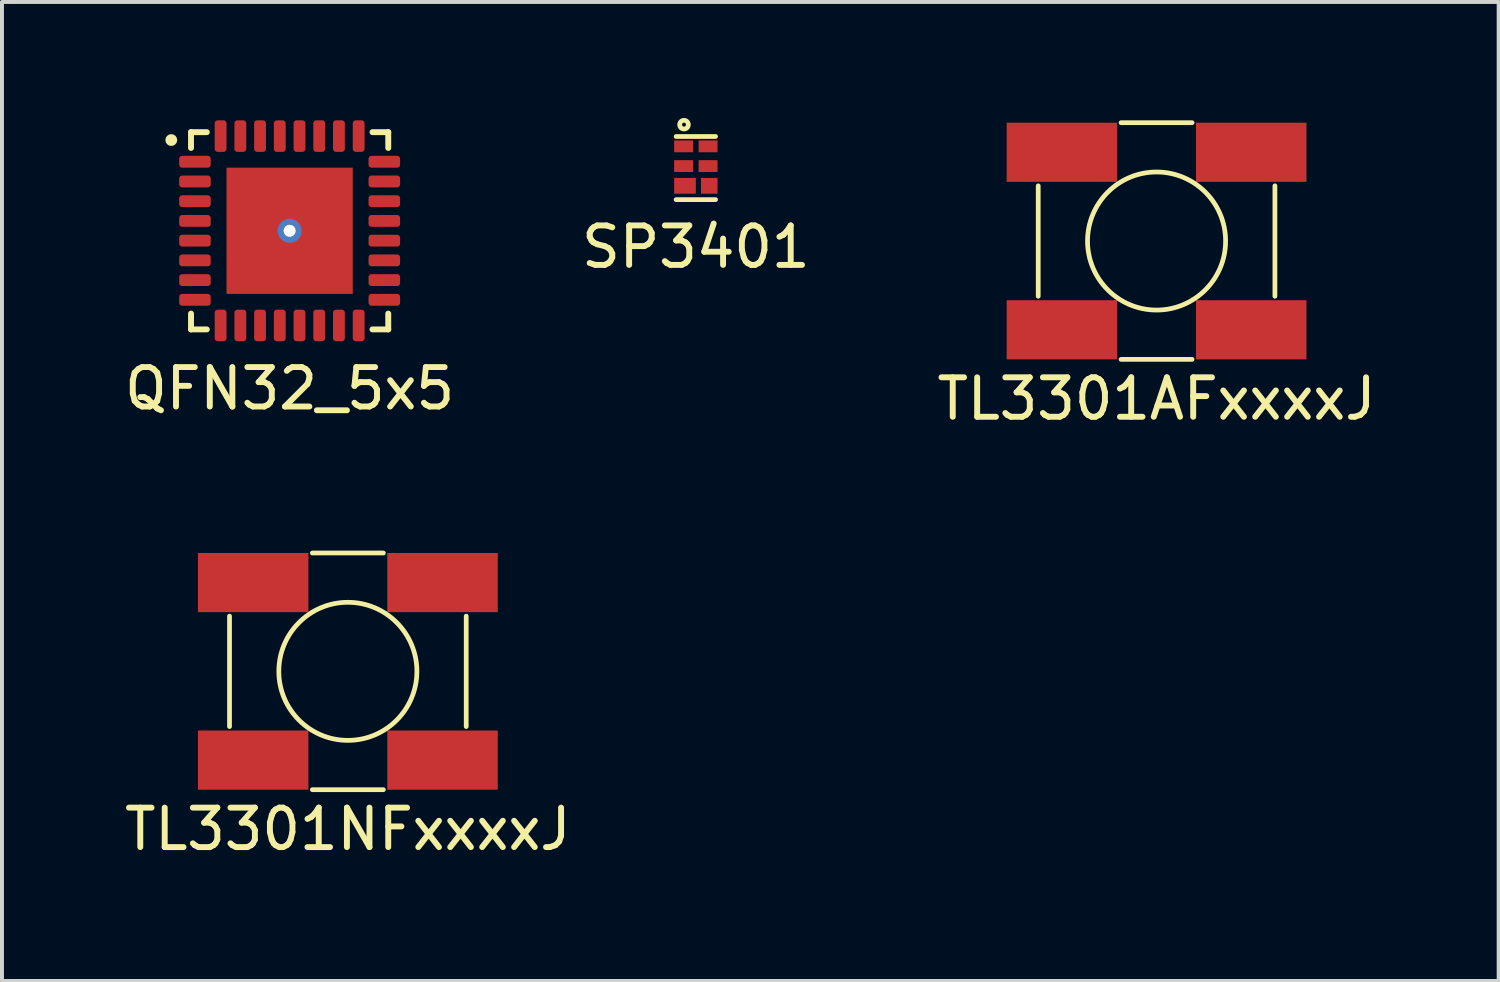
<source format=kicad_pcb>
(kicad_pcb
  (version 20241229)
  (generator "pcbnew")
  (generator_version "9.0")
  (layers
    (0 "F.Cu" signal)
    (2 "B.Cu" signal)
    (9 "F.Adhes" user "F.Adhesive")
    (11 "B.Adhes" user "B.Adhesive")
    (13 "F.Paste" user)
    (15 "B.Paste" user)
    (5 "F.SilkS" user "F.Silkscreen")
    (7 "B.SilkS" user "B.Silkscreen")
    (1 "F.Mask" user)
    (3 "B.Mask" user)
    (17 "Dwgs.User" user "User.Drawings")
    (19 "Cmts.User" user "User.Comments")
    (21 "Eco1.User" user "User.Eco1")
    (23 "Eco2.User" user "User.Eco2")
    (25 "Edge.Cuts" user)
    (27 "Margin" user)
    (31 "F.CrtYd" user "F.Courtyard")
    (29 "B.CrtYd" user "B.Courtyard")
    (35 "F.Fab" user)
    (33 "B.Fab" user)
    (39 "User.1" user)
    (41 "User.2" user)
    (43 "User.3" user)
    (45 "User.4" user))
  (footprint "TL3301NFxxxxJ"
    (layer "F.Cu")
    (at 5.768 13.968)
    (property "Reference" "TL3301NFxxxxJ" (at 0 4 0) (layer "F.SilkS") (effects (font (size 1 1) (thickness 0.15))))
    (attr smd)
    (fp_line (start -3 -1.4) (end -3 1.4) (stroke (width 0.12) (type solid)) (layer "F.SilkS"))
    (fp_line (start 0.9 -3) (end -0.9 -3) (stroke (width 0.12) (type solid)) (layer "F.SilkS"))
    (fp_line (start 0.9 3) (end -0.9 3) (stroke (width 0.12) (type solid)) (layer "F.SilkS"))
    (fp_line (start 3 -1.4) (end 3 1.4) (stroke (width 0.12) (type solid)) (layer "F.SilkS"))
    (fp_circle (center 0 0) (end 1.75 0) (stroke (width 0.12) (type solid)) (fill no) (layer "F.SilkS"))
    (pad "1" smd rect (at -2.4 2.25) (size 2.8 1.5) (layers "F.Cu" "F.Mask" "F.Paste"))
    (pad "1" smd rect (at 2.4 2.25) (size 2.8 1.5) (layers "F.Cu" "F.Mask" "F.Paste"))
    (pad "2" smd rect (at -2.4 -2.25) (size 2.8 1.5) (layers "F.Cu" "F.Mask" "F.Paste"))
    (pad "2" smd rect (at 2.4 -2.25) (size 2.8 1.5) (layers "F.Cu" "F.Mask" "F.Paste")))
  (footprint "QFN32_5x5"
    (layer "F.Cu")
    (at 4.292 2.8)
    (property "Reference" "QFN32_5x5" (at 0 4 0) (layer "F.SilkS") (effects (font (size 1 1) (thickness 0.15))))
    (attr smd)
    (fp_line (start -2.5 -2.5) (end -2.5 -2.1) (stroke (width 0.15) (type solid)) (layer "F.SilkS"))
    (fp_line (start -2.5 -2.5) (end -2.1 -2.5) (stroke (width 0.15) (type solid)) (layer "F.SilkS"))
    (fp_line (start -2.5 2.5) (end -2.5 2.1) (stroke (width 0.15) (type solid)) (layer "F.SilkS"))
    (fp_line (start -2.5 2.5) (end -2.1 2.5) (stroke (width 0.15) (type solid)) (layer "F.SilkS"))
    (fp_line (start 2.5 -2.5) (end 2.1 -2.5) (stroke (width 0.15) (type solid)) (layer "F.SilkS"))
    (fp_line (start 2.5 -2.5) (end 2.5 -2.1) (stroke (width 0.15) (type solid)) (layer "F.SilkS"))
    (fp_line (start 2.5 2.5) (end 2.1 2.5) (stroke (width 0.15) (type solid)) (layer "F.SilkS"))
    (fp_line (start 2.5 2.5) (end 2.5 2.1) (stroke (width 0.15) (type solid)) (layer "F.SilkS"))
    (fp_circle (center -3 -2.3) (end -2.925 -2.3) (stroke (width 0.15) (type solid)) (fill no) (layer "F.SilkS"))
    (fp_rect (start -1.5 -1.5) (end -0.3 -0.3) (stroke (width 0.12) (type solid)) (fill yes) (layer "F.Paste"))
    (fp_rect (start -1.5 0.3) (end -0.3 1.5) (stroke (width 0.12) (type solid)) (fill yes) (layer "F.Paste"))
    (fp_rect (start 0.3 -1.5) (end 1.5 -0.3) (stroke (width 0.12) (type solid)) (fill yes) (layer "F.Paste"))
    (fp_rect (start 0.3 0.3) (end 1.5 1.5) (stroke (width 0.12) (type solid)) (fill yes) (layer "F.Paste"))
    (pad "1" smd roundrect (at -2.4 -1.75) (size 0.8 0.3) (layers "F.Cu" "F.Mask" "F.Paste") (roundrect_rratio 0.25))
    (pad "2" smd roundrect (at -2.4 -1.25) (size 0.8 0.3) (layers "F.Cu" "F.Mask" "F.Paste") (roundrect_rratio 0.25))
    (pad "3" smd roundrect (at -2.4 -0.75) (size 0.8 0.3) (layers "F.Cu" "F.Mask" "F.Paste") (roundrect_rratio 0.25))
    (pad "4" smd roundrect (at -2.4 -0.25) (size 0.8 0.3) (layers "F.Cu" "F.Mask" "F.Paste") (roundrect_rratio 0.25))
    (pad "5" smd roundrect (at -2.4 0.25) (size 0.8 0.3) (layers "F.Cu" "F.Mask" "F.Paste") (roundrect_rratio 0.25))
    (pad "6" smd roundrect (at -2.4 0.75) (size 0.8 0.3) (layers "F.Cu" "F.Mask" "F.Paste") (roundrect_rratio 0.25))
    (pad "7" smd roundrect (at -2.4 1.25) (size 0.8 0.3) (layers "F.Cu" "F.Mask" "F.Paste") (roundrect_rratio 0.25))
    (pad "8" smd roundrect (at -2.4 1.75) (size 0.8 0.3) (layers "F.Cu" "F.Mask" "F.Paste") (roundrect_rratio 0.25))
    (pad "9" smd roundrect (at -1.75 2.4) (size 0.3 0.8) (layers "F.Cu" "F.Mask" "F.Paste") (roundrect_rratio 0.25))
    (pad "10" smd roundrect (at -1.25 2.4) (size 0.3 0.8) (layers "F.Cu" "F.Mask" "F.Paste") (roundrect_rratio 0.25))
    (pad "11" smd roundrect (at -0.75 2.4) (size 0.3 0.8) (layers "F.Cu" "F.Mask" "F.Paste") (roundrect_rratio 0.25))
    (pad "12" smd roundrect (at -0.25 2.4) (size 0.3 0.8) (layers "F.Cu" "F.Mask" "F.Paste") (roundrect_rratio 0.25))
    (pad "13" smd roundrect (at 0.25 2.4) (size 0.3 0.8) (layers "F.Cu" "F.Mask" "F.Paste") (roundrect_rratio 0.25))
    (pad "14" smd roundrect (at 0.75 2.4) (size 0.3 0.8) (layers "F.Cu" "F.Mask" "F.Paste") (roundrect_rratio 0.25))
    (pad "15" smd roundrect (at 1.25 2.4) (size 0.3 0.8) (layers "F.Cu" "F.Mask" "F.Paste") (roundrect_rratio 0.25))
    (pad "16" smd roundrect (at 1.75 2.4) (size 0.3 0.8) (layers "F.Cu" "F.Mask" "F.Paste") (roundrect_rratio 0.25))
    (pad "17" smd roundrect (at 2.4 1.75) (size 0.8 0.3) (layers "F.Cu" "F.Mask" "F.Paste") (roundrect_rratio 0.25))
    (pad "18" smd roundrect (at 2.4 1.25) (size 0.8 0.3) (layers "F.Cu" "F.Mask" "F.Paste") (roundrect_rratio 0.25))
    (pad "19" smd roundrect (at 2.4 0.75) (size 0.8 0.3) (layers "F.Cu" "F.Mask" "F.Paste") (roundrect_rratio 0.25))
    (pad "20" smd roundrect (at 2.4 0.25) (size 0.8 0.3) (layers "F.Cu" "F.Mask" "F.Paste") (roundrect_rratio 0.25))
    (pad "21" smd roundrect (at 2.4 -0.25) (size 0.8 0.3) (layers "F.Cu" "F.Mask" "F.Paste") (roundrect_rratio 0.25))
    (pad "22" smd roundrect (at 2.4 -0.75) (size 0.8 0.3) (layers "F.Cu" "F.Mask" "F.Paste") (roundrect_rratio 0.25))
    (pad "23" smd roundrect (at 2.4 -1.25) (size 0.8 0.3) (layers "F.Cu" "F.Mask" "F.Paste") (roundrect_rratio 0.25))
    (pad "24" smd roundrect (at 2.4 -1.75) (size 0.8 0.3) (layers "F.Cu" "F.Mask" "F.Paste") (roundrect_rratio 0.25))
    (pad "25" smd roundrect (at 1.75 -2.4) (size 0.3 0.8) (layers "F.Cu" "F.Mask" "F.Paste") (roundrect_rratio 0.25))
    (pad "26" smd roundrect (at 1.25 -2.4) (size 0.3 0.8) (layers "F.Cu" "F.Mask" "F.Paste") (roundrect_rratio 0.25))
    (pad "27" smd roundrect (at 0.75 -2.4) (size 0.3 0.8) (layers "F.Cu" "F.Mask" "F.Paste") (roundrect_rratio 0.25))
    (pad "28" smd roundrect (at 0.25 -2.4) (size 0.3 0.8) (layers "F.Cu" "F.Mask" "F.Paste") (roundrect_rratio 0.25))
    (pad "29" smd roundrect (at -0.25 -2.4) (size 0.3 0.8) (layers "F.Cu" "F.Mask" "F.Paste") (roundrect_rratio 0.25))
    (pad "30" smd roundrect (at -0.75 -2.4) (size 0.3 0.8) (layers "F.Cu" "F.Mask" "F.Paste") (roundrect_rratio 0.25))
    (pad "31" smd roundrect (at -1.25 -2.4) (size 0.3 0.8) (layers "F.Cu" "F.Mask" "F.Paste") (roundrect_rratio 0.25))
    (pad "32" smd roundrect (at -1.75 -2.4) (size 0.3 0.8) (layers "F.Cu" "F.Mask" "F.Paste") (roundrect_rratio 0.25))
    (pad "33" thru_hole circle (at 0 0) (size 0.61 0.61) (drill 0.305) (layers "*.Cu" "*.Mask"))
    (pad "33" smd rect (at 0 0) (size 3.2 3.2) (layers "F.Cu" "F.Mask")))
  (footprint "SP3401"
    (layer "F.Cu")
    (at 14.589 1.21)
    (property "Reference" "SP3401" (at 0 2 0) (layer "F.SilkS") (effects (font (size 1 1) (thickness 0.15))))
    (attr smd)
    (fp_line (start -0.5 -0.8) (end 0.5 -0.8) (stroke (width 0.12) (type solid)) (layer "F.SilkS"))
    (fp_line (start -0.5 0.8) (end 0.5 0.8) (stroke (width 0.12) (type solid)) (layer "F.SilkS"))
    (fp_circle (center -0.3 -1.1) (end -0.3 -1.15) (stroke (width 0.12) (type solid)) (fill no) (layer "F.SilkS"))
    (pad "1" smd rect (at -0.31 -0.55) (size 0.48 0.3) (layers "F.Cu" "F.Mask" "F.Paste"))
    (pad "1" smd rect (at 0.31 -0.55) (size 0.48 0.3) (layers "F.Cu" "F.Mask" "F.Paste"))
    (pad "2" smd rect (at -0.31 -0.05) (size 0.48 0.3) (layers "F.Cu" "F.Mask" "F.Paste"))
    (pad "2" smd rect (at 0.31 -0.05) (size 0.48 0.3) (layers "F.Cu" "F.Mask" "F.Paste"))
    (pad "3" smd rect (at -0.275 0.45) (size 0.55 0.4) (layers "F.Cu" "F.Mask" "F.Paste"))
    (pad "3" smd rect (at 0.34 0.45) (size 0.42 0.4) (layers "F.Cu" "F.Mask" "F.Paste")))
  (footprint "TL3301AFxxxxJ"
    (layer "F.Cu")
    (at 26.268 3.06)
    (property "Reference" "TL3301AFxxxxJ" (at 0 4 0) (layer "F.SilkS") (effects (font (size 1 1) (thickness 0.15))))
    (attr smd)
    (fp_line (start -3 -1.4) (end -3 1.4) (stroke (width 0.12) (type solid)) (layer "F.SilkS"))
    (fp_line (start 0.9 -3) (end -0.9 -3) (stroke (width 0.12) (type solid)) (layer "F.SilkS"))
    (fp_line (start 0.9 3) (end -0.9 3) (stroke (width 0.12) (type solid)) (layer "F.SilkS"))
    (fp_line (start 3 -1.4) (end 3 1.4) (stroke (width 0.12) (type solid)) (layer "F.SilkS"))
    (fp_circle (center 0 0) (end 1.75 0) (stroke (width 0.12) (type solid)) (fill no) (layer "F.SilkS"))
    (pad "1" smd rect (at -2.4 2.25) (size 2.8 1.5) (layers "F.Cu" "F.Mask" "F.Paste"))
    (pad "1" smd rect (at 2.4 2.25) (size 2.8 1.5) (layers "F.Cu" "F.Mask" "F.Paste"))
    (pad "2" smd rect (at -2.4 -2.25) (size 2.8 1.5) (layers "F.Cu" "F.Mask" "F.Paste"))
    (pad "2" smd rect (at 2.4 -2.25) (size 2.8 1.5) (layers "F.Cu" "F.Mask" "F.Paste")))
  (gr_rect
    (start -3 -3)
    (end 34.94 21.817)
    (stroke (width 0.1) (type default))
    (fill no)
    (layer "Edge.Cuts")))
</source>
